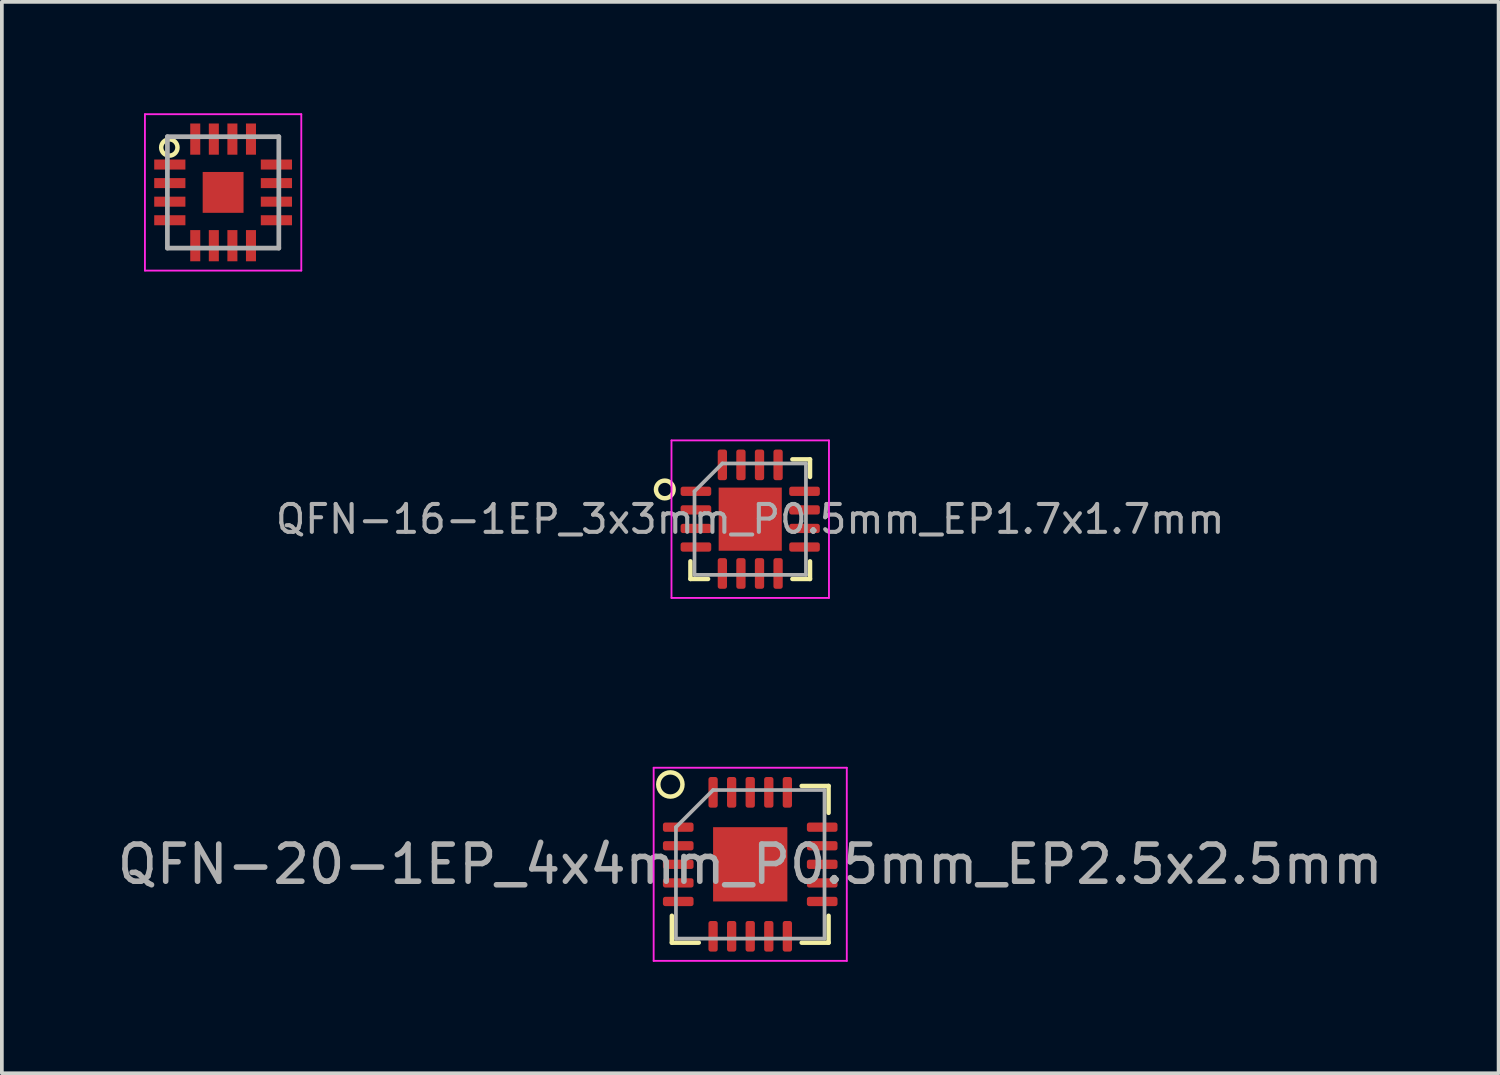
<source format=kicad_pcb>
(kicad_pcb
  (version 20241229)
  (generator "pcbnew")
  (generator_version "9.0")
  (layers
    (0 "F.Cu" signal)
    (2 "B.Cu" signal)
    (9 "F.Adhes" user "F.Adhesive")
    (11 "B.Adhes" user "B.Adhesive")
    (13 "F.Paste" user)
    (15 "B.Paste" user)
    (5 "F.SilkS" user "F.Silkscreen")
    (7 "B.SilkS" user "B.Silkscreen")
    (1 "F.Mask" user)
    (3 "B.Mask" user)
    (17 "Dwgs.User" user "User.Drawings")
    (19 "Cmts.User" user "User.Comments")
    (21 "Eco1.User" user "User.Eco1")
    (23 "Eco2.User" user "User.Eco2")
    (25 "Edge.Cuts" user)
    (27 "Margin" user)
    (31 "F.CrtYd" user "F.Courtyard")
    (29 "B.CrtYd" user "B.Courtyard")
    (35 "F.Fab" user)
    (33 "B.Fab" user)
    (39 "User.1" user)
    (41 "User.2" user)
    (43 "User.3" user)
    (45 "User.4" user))
  (footprint "QFN-16-1EP_3x3mm_P0.5mm_EP1.7x1.7mm"
    (layer "F.Cu")
    (at 17.149 10.928)
    (property "Reference" "QFN-16-1EP_3x3mm_P0.5mm_EP1.7x1.7mm" (at 0 -2.82 0) (layer "Eco1.User") (effects (font (size 1 1) (thickness 0.15))))
    (attr smd)
    (fp_line (start -1.61 1.61) (end -1.61 1.135) (stroke (width 0.12) (type solid)) (layer "F.SilkS"))
    (fp_line (start -1.135 1.61) (end -1.61 1.61) (stroke (width 0.12) (type solid)) (layer "F.SilkS"))
    (fp_line (start 1.135 -1.61) (end 1.61 -1.61) (stroke (width 0.12) (type solid)) (layer "F.SilkS"))
    (fp_line (start 1.135 1.61) (end 1.61 1.61) (stroke (width 0.12) (type solid)) (layer "F.SilkS"))
    (fp_line (start 1.61 -1.61) (end 1.61 -1.135) (stroke (width 0.12) (type solid)) (layer "F.SilkS"))
    (fp_line (start 1.61 1.61) (end 1.61 1.135) (stroke (width 0.12) (type solid)) (layer "F.SilkS"))
    (fp_circle (center -2.3 -0.8) (end -2.062 -0.8) (stroke (width 0.12) (type solid)) (fill no) (layer "F.SilkS"))
    (fp_line (start -2.12 -2.12) (end -2.12 2.12) (stroke (width 0.05) (type solid)) (layer "F.CrtYd"))
    (fp_line (start -2.12 2.12) (end 2.12 2.12) (stroke (width 0.05) (type solid)) (layer "F.CrtYd"))
    (fp_line (start 2.12 -2.12) (end -2.12 -2.12) (stroke (width 0.05) (type solid)) (layer "F.CrtYd"))
    (fp_line (start 2.12 2.12) (end 2.12 -2.12) (stroke (width 0.05) (type solid)) (layer "F.CrtYd"))
    (fp_line (start -1.5 -0.75) (end -0.75 -1.5) (stroke (width 0.1) (type solid)) (layer "F.Fab"))
    (fp_line (start -1.5 1.5) (end -1.5 -0.75) (stroke (width 0.1) (type solid)) (layer "F.Fab"))
    (fp_line (start -0.75 -1.5) (end 1.5 -1.5) (stroke (width 0.1) (type solid)) (layer "F.Fab"))
    (fp_line (start 1.5 -1.5) (end 1.5 1.5) (stroke (width 0.1) (type solid)) (layer "F.Fab"))
    (fp_line (start 1.5 1.5) (end -1.5 1.5) (stroke (width 0.1) (type solid)) (layer "F.Fab"))
    (fp_text user "${REFERENCE}" (at 0 0 0) (layer "F.Fab") (effects (font (size 0.75 0.75) (thickness 0.11))))
    (pad "" smd roundrect (at -0.425 -0.425) (size 0.69 0.69) (layers "F.Paste") (roundrect_rratio 0.25))
    (pad "" smd roundrect (at -0.425 0.425) (size 0.69 0.69) (layers "F.Paste") (roundrect_rratio 0.25))
    (pad "" smd roundrect (at 0.425 -0.425) (size 0.69 0.69) (layers "F.Paste") (roundrect_rratio 0.25))
    (pad "" smd roundrect (at 0.425 0.425) (size 0.69 0.69) (layers "F.Paste") (roundrect_rratio 0.25))
    (pad "1" smd roundrect (at -1.462 -0.75) (size 0.825 0.25) (layers "F.Cu" "F.Mask" "F.Paste") (roundrect_rratio 0.25))
    (pad "2" smd roundrect (at -1.462 -0.25) (size 0.825 0.25) (layers "F.Cu" "F.Mask" "F.Paste") (roundrect_rratio 0.25))
    (pad "3" smd roundrect (at -1.462 0.25) (size 0.825 0.25) (layers "F.Cu" "F.Mask" "F.Paste") (roundrect_rratio 0.25))
    (pad "4" smd roundrect (at -1.462 0.75) (size 0.825 0.25) (layers "F.Cu" "F.Mask" "F.Paste") (roundrect_rratio 0.25))
    (pad "5" smd roundrect (at -0.75 1.462) (size 0.25 0.825) (layers "F.Cu" "F.Mask" "F.Paste") (roundrect_rratio 0.25))
    (pad "6" smd roundrect (at -0.25 1.462) (size 0.25 0.825) (layers "F.Cu" "F.Mask" "F.Paste") (roundrect_rratio 0.25))
    (pad "7" smd roundrect (at 0.25 1.462) (size 0.25 0.825) (layers "F.Cu" "F.Mask" "F.Paste") (roundrect_rratio 0.25))
    (pad "8" smd roundrect (at 0.75 1.462) (size 0.25 0.825) (layers "F.Cu" "F.Mask" "F.Paste") (roundrect_rratio 0.25))
    (pad "9" smd roundrect (at 1.462 0.75) (size 0.825 0.25) (layers "F.Cu" "F.Mask" "F.Paste") (roundrect_rratio 0.25))
    (pad "10" smd roundrect (at 1.462 0.25) (size 0.825 0.25) (layers "F.Cu" "F.Mask" "F.Paste") (roundrect_rratio 0.25))
    (pad "11" smd roundrect (at 1.462 -0.25) (size 0.825 0.25) (layers "F.Cu" "F.Mask" "F.Paste") (roundrect_rratio 0.25))
    (pad "12" smd roundrect (at 1.462 -0.75) (size 0.825 0.25) (layers "F.Cu" "F.Mask" "F.Paste") (roundrect_rratio 0.25))
    (pad "13" smd roundrect (at 0.75 -1.462) (size 0.25 0.825) (layers "F.Cu" "F.Mask" "F.Paste") (roundrect_rratio 0.25))
    (pad "14" smd roundrect (at 0.25 -1.462) (size 0.25 0.825) (layers "F.Cu" "F.Mask" "F.Paste") (roundrect_rratio 0.25))
    (pad "15" smd roundrect (at -0.25 -1.462) (size 0.25 0.825) (layers "F.Cu" "F.Mask" "F.Paste") (roundrect_rratio 0.25))
    (pad "16" smd roundrect (at -0.75 -1.462) (size 0.25 0.825) (layers "F.Cu" "F.Mask" "F.Paste") (roundrect_rratio 0.25))
    (pad "17" smd rect (at 0 0) (size 1.7 1.7) (layers "F.Cu" "F.Mask")))
  (footprint "QFN-20-1EP_4x4mm_P0.5mm_EP2.5x2.5mm"
    (layer "F.Cu")
    (at 17.149 20.221)
    (property "Reference" "QFN-20-1EP_4x4mm_P0.5mm_EP2.5x2.5mm" (at 0 -3.3 0) (layer "Eco1.User") (effects (font (size 1 1) (thickness 0.15))))
    (attr smd)
    (fp_line (start -2.11 2.11) (end -2.11 1.385) (stroke (width 0.12) (type solid)) (layer "F.SilkS"))
    (fp_line (start -1.385 2.11) (end -2.11 2.11) (stroke (width 0.12) (type solid)) (layer "F.SilkS"))
    (fp_line (start 1.385 -2.11) (end 2.11 -2.11) (stroke (width 0.12) (type solid)) (layer "F.SilkS"))
    (fp_line (start 1.385 2.11) (end 2.11 2.11) (stroke (width 0.12) (type solid)) (layer "F.SilkS"))
    (fp_line (start 2.11 -2.11) (end 2.11 -1.385) (stroke (width 0.12) (type solid)) (layer "F.SilkS"))
    (fp_line (start 2.11 2.11) (end 2.11 1.385) (stroke (width 0.12) (type solid)) (layer "F.SilkS"))
    (fp_circle (center -2.15 -2.15) (end -1.975 -1.875) (stroke (width 0.12) (type solid)) (fill no) (layer "F.SilkS"))
    (fp_line (start -2.6 -2.6) (end -2.6 2.6) (stroke (width 0.05) (type solid)) (layer "F.CrtYd"))
    (fp_line (start -2.6 2.6) (end 2.6 2.6) (stroke (width 0.05) (type solid)) (layer "F.CrtYd"))
    (fp_line (start 2.6 -2.6) (end -2.6 -2.6) (stroke (width 0.05) (type solid)) (layer "F.CrtYd"))
    (fp_line (start 2.6 2.6) (end 2.6 -2.6) (stroke (width 0.05) (type solid)) (layer "F.CrtYd"))
    (fp_line (start -2 -1) (end -1 -2) (stroke (width 0.1) (type solid)) (layer "F.Fab"))
    (fp_line (start -2 2) (end -2 -1) (stroke (width 0.1) (type solid)) (layer "F.Fab"))
    (fp_line (start -1 -2) (end 2 -2) (stroke (width 0.1) (type solid)) (layer "F.Fab"))
    (fp_line (start 2 -2) (end 2 2) (stroke (width 0.1) (type solid)) (layer "F.Fab"))
    (fp_line (start 2 2) (end -2 2) (stroke (width 0.1) (type solid)) (layer "F.Fab"))
    (fp_text user "${REFERENCE}" (at 0 0 0) (layer "F.Fab") (effects (font (size 1 1) (thickness 0.15))))
    (pad "" smd roundrect (at -0.51 -0.46) (size 0.8 0.8) (layers "F.Paste") (roundrect_rratio 0.248))
    (pad "" smd roundrect (at -0.48 0.5) (size 0.8 0.8) (layers "F.Paste") (roundrect_rratio 0.248))
    (pad "" smd roundrect (at 0.52 -0.47) (size 0.8 0.8) (layers "F.Paste") (roundrect_rratio 0.248))
    (pad "" smd roundrect (at 0.53 0.49 90) (size 0.8 0.8) (layers "F.Paste") (roundrect_rratio 0.248))
    (pad "1" smd roundrect (at -1.938 -1) (size 0.825 0.25) (layers "F.Cu" "F.Mask" "F.Paste") (roundrect_rratio 0.25))
    (pad "2" smd roundrect (at -1.938 -0.5) (size 0.825 0.25) (layers "F.Cu" "F.Mask" "F.Paste") (roundrect_rratio 0.25))
    (pad "3" smd roundrect (at -1.938 0) (size 0.825 0.25) (layers "F.Cu" "F.Mask" "F.Paste") (roundrect_rratio 0.25))
    (pad "4" smd roundrect (at -1.938 0.5) (size 0.825 0.25) (layers "F.Cu" "F.Mask" "F.Paste") (roundrect_rratio 0.25))
    (pad "5" smd roundrect (at -1.938 1) (size 0.825 0.25) (layers "F.Cu" "F.Mask" "F.Paste") (roundrect_rratio 0.25))
    (pad "6" smd roundrect (at -1 1.938) (size 0.25 0.825) (layers "F.Cu" "F.Mask" "F.Paste") (roundrect_rratio 0.25))
    (pad "7" smd roundrect (at -0.5 1.938) (size 0.25 0.825) (layers "F.Cu" "F.Mask" "F.Paste") (roundrect_rratio 0.25))
    (pad "8" smd roundrect (at 0 1.938) (size 0.25 0.825) (layers "F.Cu" "F.Mask" "F.Paste") (roundrect_rratio 0.25))
    (pad "9" smd roundrect (at 0.5 1.938) (size 0.25 0.825) (layers "F.Cu" "F.Mask" "F.Paste") (roundrect_rratio 0.25))
    (pad "10" smd roundrect (at 1 1.938) (size 0.25 0.825) (layers "F.Cu" "F.Mask" "F.Paste") (roundrect_rratio 0.25))
    (pad "11" smd roundrect (at 1.938 1) (size 0.825 0.25) (layers "F.Cu" "F.Mask" "F.Paste") (roundrect_rratio 0.25))
    (pad "12" smd roundrect (at 1.938 0.5) (size 0.825 0.25) (layers "F.Cu" "F.Mask" "F.Paste") (roundrect_rratio 0.25))
    (pad "13" smd roundrect (at 1.938 0) (size 0.825 0.25) (layers "F.Cu" "F.Mask" "F.Paste") (roundrect_rratio 0.25))
    (pad "14" smd roundrect (at 1.938 -0.5) (size 0.825 0.25) (layers "F.Cu" "F.Mask" "F.Paste") (roundrect_rratio 0.25))
    (pad "15" smd roundrect (at 1.938 -1) (size 0.825 0.25) (layers "F.Cu" "F.Mask" "F.Paste") (roundrect_rratio 0.25))
    (pad "16" smd roundrect (at 1 -1.938) (size 0.25 0.825) (layers "F.Cu" "F.Mask" "F.Paste") (roundrect_rratio 0.25))
    (pad "17" smd roundrect (at 0.5 -1.938) (size 0.25 0.825) (layers "F.Cu" "F.Mask" "F.Paste") (roundrect_rratio 0.25))
    (pad "18" smd roundrect (at 0 -1.938) (size 0.25 0.825) (layers "F.Cu" "F.Mask" "F.Paste") (roundrect_rratio 0.25))
    (pad "19" smd roundrect (at -0.5 -1.938) (size 0.25 0.825) (layers "F.Cu" "F.Mask" "F.Paste") (roundrect_rratio 0.25))
    (pad "20" smd roundrect (at -1 -1.938) (size 0.25 0.825) (layers "F.Cu" "F.Mask" "F.Paste") (roundrect_rratio 0.25))
    (pad "21" smd rect (at 0 0) (size 2 2) (layers "F.Cu" "F.Mask")))
  (footprint "QFN50P300X300X80-17N"
    (layer "F.Cu")
    (at 2.957 2.13)
    (property "Reference" "QFN50P300X300X80-17N" (at 0.061 0.749 0) (layer "Eco2.User") (effects (font (size 0.3 0.3) (thickness 0.075))))
    (attr smd)
    (fp_circle (center -1.448 -1.209) (end -1.422 -0.991) (stroke (width 0.12) (type solid)) (fill no) (layer "F.SilkS"))
    (fp_poly (pts (xy -0.35 -0.35) (xy 0.35 -0.35) (xy 0.35 0.35) (xy -0.35 0.35)) (stroke (width 0) (type solid)) (fill yes) (layer "F.Paste"))
    (fp_line (start -2.105 -2.105) (end 2.105 -2.105) (stroke (width 0.05) (type solid)) (layer "F.CrtYd"))
    (fp_line (start -2.105 2.105) (end -2.105 -2.105) (stroke (width 0.05) (type solid)) (layer "F.CrtYd"))
    (fp_line (start -2.105 2.105) (end 2.105 2.105) (stroke (width 0.05) (type solid)) (layer "F.CrtYd"))
    (fp_line (start 2.105 2.105) (end 2.105 -2.105) (stroke (width 0.05) (type solid)) (layer "F.CrtYd"))
    (fp_line (start -1.5 1.5) (end -1.5 -1.5) (stroke (width 0.127) (type solid)) (layer "F.Fab"))
    (fp_line (start 1.5 -1.5) (end -1.5 -1.5) (stroke (width 0.127) (type solid)) (layer "F.Fab"))
    (fp_line (start 1.5 1.5) (end -1.5 1.5) (stroke (width 0.127) (type solid)) (layer "F.Fab"))
    (fp_line (start 1.5 1.5) (end 1.5 -1.5) (stroke (width 0.127) (type solid)) (layer "F.Fab"))
    (pad "1" smd rect (at -1.435 -0.75) (size 0.84 0.27) (layers "F.Cu" "F.Mask" "F.Paste"))
    (pad "2" smd rect (at -1.435 -0.25) (size 0.84 0.27) (layers "F.Cu" "F.Mask" "F.Paste"))
    (pad "3" smd rect (at -1.435 0.25) (size 0.84 0.27) (layers "F.Cu" "F.Mask" "F.Paste"))
    (pad "4" smd rect (at -1.435 0.75) (size 0.84 0.27) (layers "F.Cu" "F.Mask" "F.Paste"))
    (pad "5" smd rect (at -0.75 1.435 90) (size 0.84 0.27) (layers "F.Cu" "F.Mask" "F.Paste"))
    (pad "6" smd rect (at -0.25 1.435 90) (size 0.84 0.27) (layers "F.Cu" "F.Mask" "F.Paste"))
    (pad "7" smd rect (at 0.25 1.435 90) (size 0.84 0.27) (layers "F.Cu" "F.Mask" "F.Paste"))
    (pad "8" smd rect (at 0.75 1.435 90) (size 0.84 0.27) (layers "F.Cu" "F.Mask" "F.Paste"))
    (pad "9" smd rect (at 1.435 0.75) (size 0.84 0.27) (layers "F.Cu" "F.Mask" "F.Paste"))
    (pad "10" smd rect (at 1.435 0.25) (size 0.84 0.27) (layers "F.Cu" "F.Mask" "F.Paste"))
    (pad "11" smd rect (at 1.435 -0.25) (size 0.84 0.27) (layers "F.Cu" "F.Mask" "F.Paste"))
    (pad "12" smd rect (at 1.435 -0.75) (size 0.84 0.27) (layers "F.Cu" "F.Mask" "F.Paste"))
    (pad "13" smd rect (at 0.75 -1.435 90) (size 0.84 0.27) (layers "F.Cu" "F.Mask" "F.Paste"))
    (pad "14" smd rect (at 0.25 -1.435 90) (size 0.84 0.27) (layers "F.Cu" "F.Mask" "F.Paste"))
    (pad "15" smd rect (at -0.25 -1.435 90) (size 0.84 0.27) (layers "F.Cu" "F.Mask" "F.Paste"))
    (pad "16" smd rect (at -0.75 -1.435 90) (size 0.84 0.27) (layers "F.Cu" "F.Mask" "F.Paste"))
    (pad "17" smd rect (at 0 0) (size 1.1 1.1) (layers "F.Cu" "F.Mask" "F.Paste")))
  (gr_rect
    (start -3 -3)
    (end 37.298 25.846)
    (stroke (width 0.1) (type default))
    (fill no)
    (layer "Edge.Cuts")))
</source>
